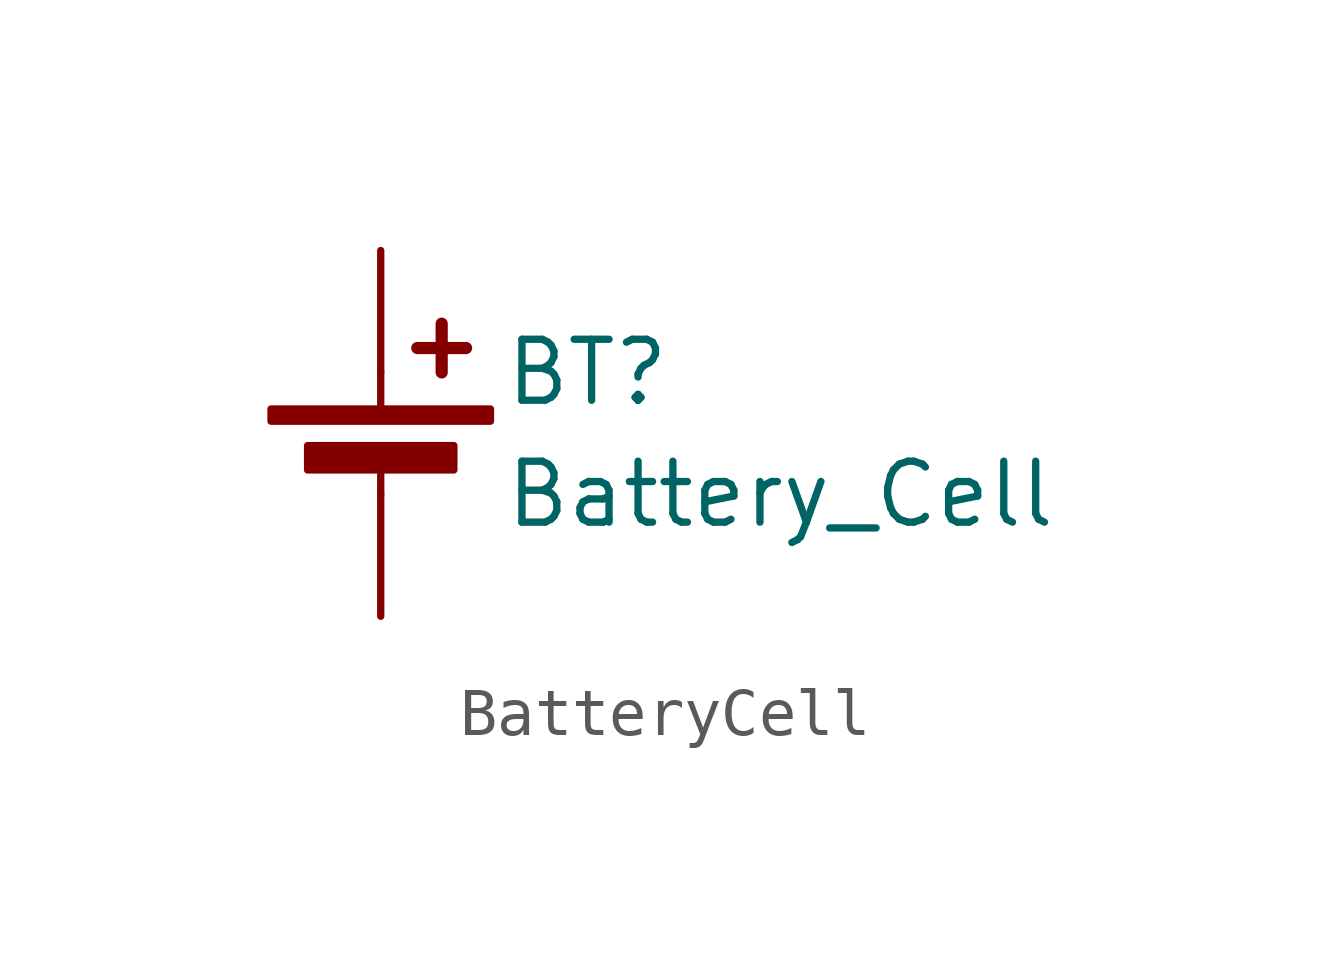
<source format=kicad_sym>
(kicad_symbol_lib
  (version 20220914)
  (generator kicad_symbol_editor)
  (symbol "BatteryCell"
    (pin_numbers hide)
    (pin_names
      (offset 0) hide)
    (property "Reference" "BT"
      (at 2.54 2.54 0)
      (effects (font (size 1.27 1.27)) (justify left)))
    (property "Value" "Battery_Cell"
      (at 2.54 0 0)
      (effects (font (size 1.27 1.27)) (justify left)))
    (symbol "BatteryCell_0_1"
      (rectangle (start -2.286 1.778) (end 2.286 1.524) (stroke (width 0) (type default)) (fill (type outline)))
      (rectangle (start -1.524 1.016) (end 1.524 0.508) (stroke (width 0) (type default)) (fill (type outline)))
      (polyline (pts (xy 0 0.762) (xy 0 0)) (stroke (width 0) (type default)) (fill (type none)))
      (polyline (pts (xy 0 1.778) (xy 0 2.54)) (stroke (width 0) (type default)) (fill (type none)))
      (polyline (pts (xy 0.762 3.048) (xy 1.778 3.048)) (stroke (width 0.254) (type default)) (fill (type none)))
      (polyline (pts (xy 1.27 3.556) (xy 1.27 2.54)) (stroke (width 0.254) (type default)) (fill (type none))))
    (symbol "BatteryCell_1_1"
      (pin passive line (at 0 5.08 270) (length 2.54) (name "+" (effects (font (size 1.27 1.27)))) (number "1" (effects (font (size 1.27 1.27)))))
      (pin passive line (at 0 -2.54 90) (length 2.54) (name "-" (effects (font (size 1.27 1.27)))) (number "2" (effects (font (size 1.27 1.27))))))))
</source>
